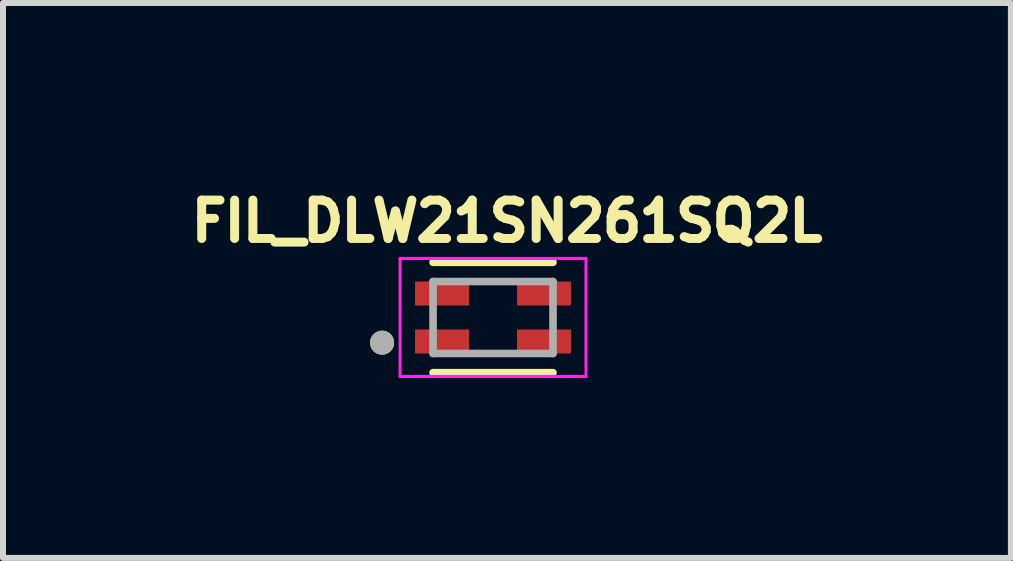
<source format=kicad_pcb>
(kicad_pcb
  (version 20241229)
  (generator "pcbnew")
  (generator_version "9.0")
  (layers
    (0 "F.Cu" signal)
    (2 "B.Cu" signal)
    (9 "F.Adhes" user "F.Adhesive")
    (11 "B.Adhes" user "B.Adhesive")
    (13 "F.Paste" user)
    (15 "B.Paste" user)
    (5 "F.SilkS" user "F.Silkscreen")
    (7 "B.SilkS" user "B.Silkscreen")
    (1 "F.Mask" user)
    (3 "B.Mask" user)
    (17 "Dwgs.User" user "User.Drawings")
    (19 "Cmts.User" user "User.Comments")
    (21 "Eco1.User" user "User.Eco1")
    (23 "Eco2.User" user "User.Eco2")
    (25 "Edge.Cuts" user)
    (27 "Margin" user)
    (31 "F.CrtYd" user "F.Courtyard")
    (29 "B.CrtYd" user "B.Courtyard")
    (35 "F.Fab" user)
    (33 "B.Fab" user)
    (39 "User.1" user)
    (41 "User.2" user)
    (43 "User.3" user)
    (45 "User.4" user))
  (footprint "FIL_DLW21SN261SQ2L"
    (layer "F.Cu")
    (at 5.171 2.244)
    (property "Reference" "FIL_DLW21SN261SQ2L" (at 0.232 -1.606 0) (layer "F.SilkS") (effects (font (size 0.64 0.64) (thickness 0.15))))
    (attr smd)
    (fp_line (start -1 -0.92) (end 1 -0.92) (stroke (width 0.127) (type solid)) (layer "F.SilkS"))
    (fp_line (start 1 0.92) (end -1 0.92) (stroke (width 0.127) (type solid)) (layer "F.SilkS"))
    (fp_circle (center -1.85 0.42) (end -1.75 0.42) (stroke (width 0.2) (type solid)) (fill no) (layer "F.SilkS"))
    (fp_poly (pts (xy -1.3 -0.6) (xy -0.4 -0.6) (xy -0.4 -0.25) (xy -1.3 -0.25)) (stroke (width 0.01) (type solid)) (fill yes) (layer "F.Paste"))
    (fp_poly (pts (xy -1.3 0.25) (xy -0.4 0.25) (xy -0.4 0.6) (xy -1.3 0.6)) (stroke (width 0.01) (type solid)) (fill yes) (layer "F.Paste"))
    (fp_poly (pts (xy 0.4 -0.6) (xy 1.3 -0.6) (xy 1.3 -0.25) (xy 0.4 -0.25)) (stroke (width 0.01) (type solid)) (fill yes) (layer "F.Paste"))
    (fp_poly (pts (xy 0.4 0.25) (xy 1.3 0.25) (xy 1.3 0.6) (xy 0.4 0.6)) (stroke (width 0.01) (type solid)) (fill yes) (layer "F.Paste"))
    (fp_line (start -1.55 -0.984) (end 1.55 -0.984) (stroke (width 0.05) (type solid)) (layer "F.CrtYd"))
    (fp_line (start -1.55 0.984) (end -1.55 -0.984) (stroke (width 0.05) (type solid)) (layer "F.CrtYd"))
    (fp_line (start 1.55 -0.984) (end 1.55 0.984) (stroke (width 0.05) (type solid)) (layer "F.CrtYd"))
    (fp_line (start 1.55 0.984) (end -1.55 0.984) (stroke (width 0.05) (type solid)) (layer "F.CrtYd"))
    (fp_line (start -1 -0.6) (end 1 -0.6) (stroke (width 0.127) (type solid)) (layer "F.Fab"))
    (fp_line (start -1 0.6) (end -1 -0.6) (stroke (width 0.127) (type solid)) (layer "F.Fab"))
    (fp_line (start 1 -0.6) (end 1 0.6) (stroke (width 0.127) (type solid)) (layer "F.Fab"))
    (fp_line (start 1 0.6) (end -1 0.6) (stroke (width 0.127) (type solid)) (layer "F.Fab"))
    (fp_circle (center -1.85 0.42) (end -1.75 0.42) (stroke (width 0.2) (type solid)) (fill no) (layer "F.Fab"))
    (pad "1" smd rect (at -0.85 0.4) (size 0.9 0.4) (layers "F.Cu" "F.Mask"))
    (pad "2" smd rect (at 0.85 0.4) (size 0.9 0.4) (layers "F.Cu" "F.Mask"))
    (pad "3" smd rect (at 0.85 -0.4) (size 0.9 0.4) (layers "F.Cu" "F.Mask"))
    (pad "4" smd rect (at -0.85 -0.4) (size 0.9 0.4) (layers "F.Cu" "F.Mask")))
  (gr_rect
    (start -3 -3)
    (end 13.806 6.253)
    (stroke (width 0.1) (type default))
    (fill no)
    (layer "Edge.Cuts")))
</source>
